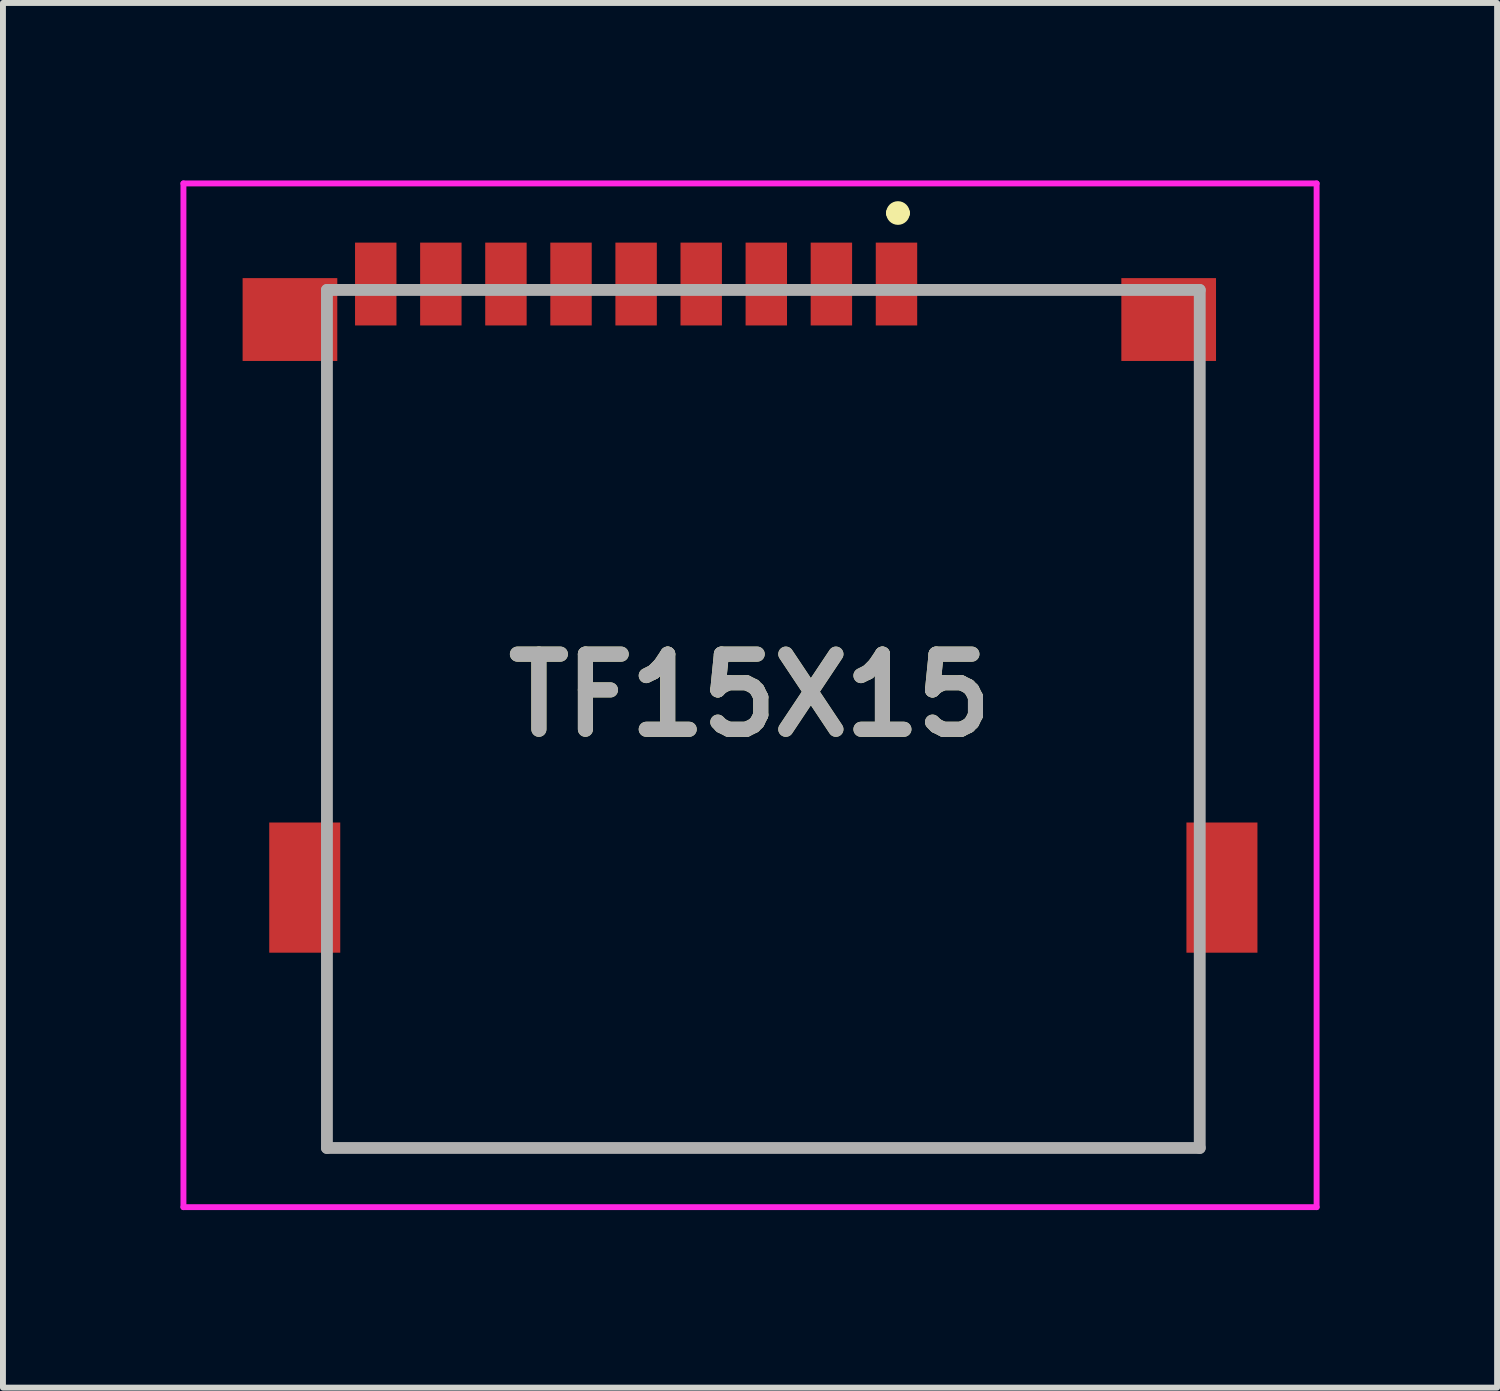
<source format=kicad_pcb>
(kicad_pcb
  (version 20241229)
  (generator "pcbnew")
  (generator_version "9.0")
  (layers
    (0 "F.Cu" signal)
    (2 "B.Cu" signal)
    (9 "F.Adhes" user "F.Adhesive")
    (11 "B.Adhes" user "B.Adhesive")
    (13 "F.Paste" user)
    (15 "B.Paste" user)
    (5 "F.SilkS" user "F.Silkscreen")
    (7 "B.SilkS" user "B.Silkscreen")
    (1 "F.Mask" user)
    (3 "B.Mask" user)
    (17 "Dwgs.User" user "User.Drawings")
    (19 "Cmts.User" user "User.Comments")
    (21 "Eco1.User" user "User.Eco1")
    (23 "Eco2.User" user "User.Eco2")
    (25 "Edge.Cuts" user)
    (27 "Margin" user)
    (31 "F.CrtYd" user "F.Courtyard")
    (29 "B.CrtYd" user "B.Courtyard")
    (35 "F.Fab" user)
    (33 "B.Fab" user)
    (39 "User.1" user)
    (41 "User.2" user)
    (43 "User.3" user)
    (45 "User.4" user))
  (footprint "TF15X15"
    (layer "F.Cu")
    (at 9.625 8.7)
    (property "Reference" "TF15X15" (at 0 0 0) (layer "F.SilkS") (effects (font (size 1.27 1.27) (thickness 0.254))))
    (attr through_hole)
    (fp_line (start -7.15 -5.35) (end -7.15 1.85) (stroke (width 0.1) (type solid)) (layer "F.SilkS"))
    (fp_line (start -7.15 4.55) (end -7.15 7.65) (stroke (width 0.1) (type solid)) (layer "F.SilkS"))
    (fp_line (start -7.15 7.65) (end 7.6 7.65) (stroke (width 0.1) (type solid)) (layer "F.SilkS"))
    (fp_line (start 2.4 -8.15) (end 2.4 -8.15) (stroke (width 0.2) (type solid)) (layer "F.SilkS"))
    (fp_line (start 2.6 -8.15) (end 2.6 -8.15) (stroke (width 0.2) (type solid)) (layer "F.SilkS"))
    (fp_line (start 6.1 -6.85) (end 3.1 -6.85) (stroke (width 0.1) (type solid)) (layer "F.SilkS"))
    (fp_line (start 7.6 1.85) (end 7.6 -5.35) (stroke (width 0.1) (type solid)) (layer "F.SilkS"))
    (fp_line (start 7.6 7.65) (end 7.6 4.55) (stroke (width 0.1) (type solid)) (layer "F.SilkS"))
    (fp_arc (start 2.4 -8.15) (mid 2.5 -8.25) (end 2.6 -8.15) (stroke (width 0.2) (type solid)) (layer "F.SilkS"))
    (fp_arc (start 2.6 -8.15) (mid 2.5 -8.05) (end 2.4 -8.15) (stroke (width 0.2) (type solid)) (layer "F.SilkS"))
    (fp_line (start -9.575 -8.65) (end 9.575 -8.65) (stroke (width 0.1) (type solid)) (layer "F.CrtYd"))
    (fp_line (start -9.575 8.65) (end -9.575 -8.65) (stroke (width 0.1) (type solid)) (layer "F.CrtYd"))
    (fp_line (start 9.575 -8.65) (end 9.575 8.65) (stroke (width 0.1) (type solid)) (layer "F.CrtYd"))
    (fp_line (start 9.575 8.65) (end -9.575 8.65) (stroke (width 0.1) (type solid)) (layer "F.CrtYd"))
    (fp_line (start -7.15 -6.85) (end 7.6 -6.85) (stroke (width 0.2) (type solid)) (layer "F.Fab"))
    (fp_line (start -7.15 7.65) (end -7.15 -6.85) (stroke (width 0.2) (type solid)) (layer "F.Fab"))
    (fp_line (start 7.6 -6.85) (end 7.6 7.65) (stroke (width 0.2) (type solid)) (layer "F.Fab"))
    (fp_line (start 7.6 7.65) (end -7.15 7.65) (stroke (width 0.2) (type solid)) (layer "F.Fab"))
    (fp_text user "${REFERENCE}" (at 0 0 0) (layer "F.Fab") (effects (font (size 1.27 1.27) (thickness 0.254))))
    (pad "" np_thru_hole circle (at -4.725 3.65) (size 0.001 0.001) (drill 0.9) (layers "*.Cu" "*.Mask"))
    (pad "" np_thru_hole circle (at 3.275 3.65) (size 0.001 0.001) (drill 0.9) (layers "*.Cu" "*.Mask"))
    (pad "1" smd rect (at 2.475 -6.95) (size 0.7 1.4) (layers "F.Cu" "F.Mask" "F.Paste"))
    (pad "2" smd rect (at 1.375 -6.95) (size 0.7 1.4) (layers "F.Cu" "F.Mask" "F.Paste"))
    (pad "3" smd rect (at 0.275 -6.95) (size 0.7 1.4) (layers "F.Cu" "F.Mask" "F.Paste"))
    (pad "4" smd rect (at -0.825 -6.95) (size 0.7 1.4) (layers "F.Cu" "F.Mask" "F.Paste"))
    (pad "5" smd rect (at -1.925 -6.95) (size 0.7 1.4) (layers "F.Cu" "F.Mask" "F.Paste"))
    (pad "6" smd rect (at -3.025 -6.95) (size 0.7 1.4) (layers "F.Cu" "F.Mask" "F.Paste"))
    (pad "7" smd rect (at -4.125 -6.95) (size 0.7 1.4) (layers "F.Cu" "F.Mask" "F.Paste"))
    (pad "8" smd rect (at -5.225 -6.95) (size 0.7 1.4) (layers "F.Cu" "F.Mask" "F.Paste"))
    (pad "9" smd rect (at -6.325 -6.95) (size 0.7 1.4) (layers "F.Cu" "F.Mask" "F.Paste"))
    (pad "MP1" smd rect (at -7.775 -6.35 90) (size 1.4 1.6) (layers "F.Cu" "F.Mask" "F.Paste"))
    (pad "MP2" smd rect (at 7.075 -6.35 90) (size 1.4 1.6) (layers "F.Cu" "F.Mask" "F.Paste"))
    (pad "MP3" smd rect (at -7.525 3.25) (size 1.2 2.2) (layers "F.Cu" "F.Mask" "F.Paste"))
    (pad "MP4" smd rect (at 7.975 3.25) (size 1.2 2.2) (layers "F.Cu" "F.Mask" "F.Paste")))
  (gr_rect
    (start -3 -3)
    (end 22.25 20.4)
    (stroke (width 0.1) (type default))
    (fill no)
    (layer "Edge.Cuts")))
</source>
